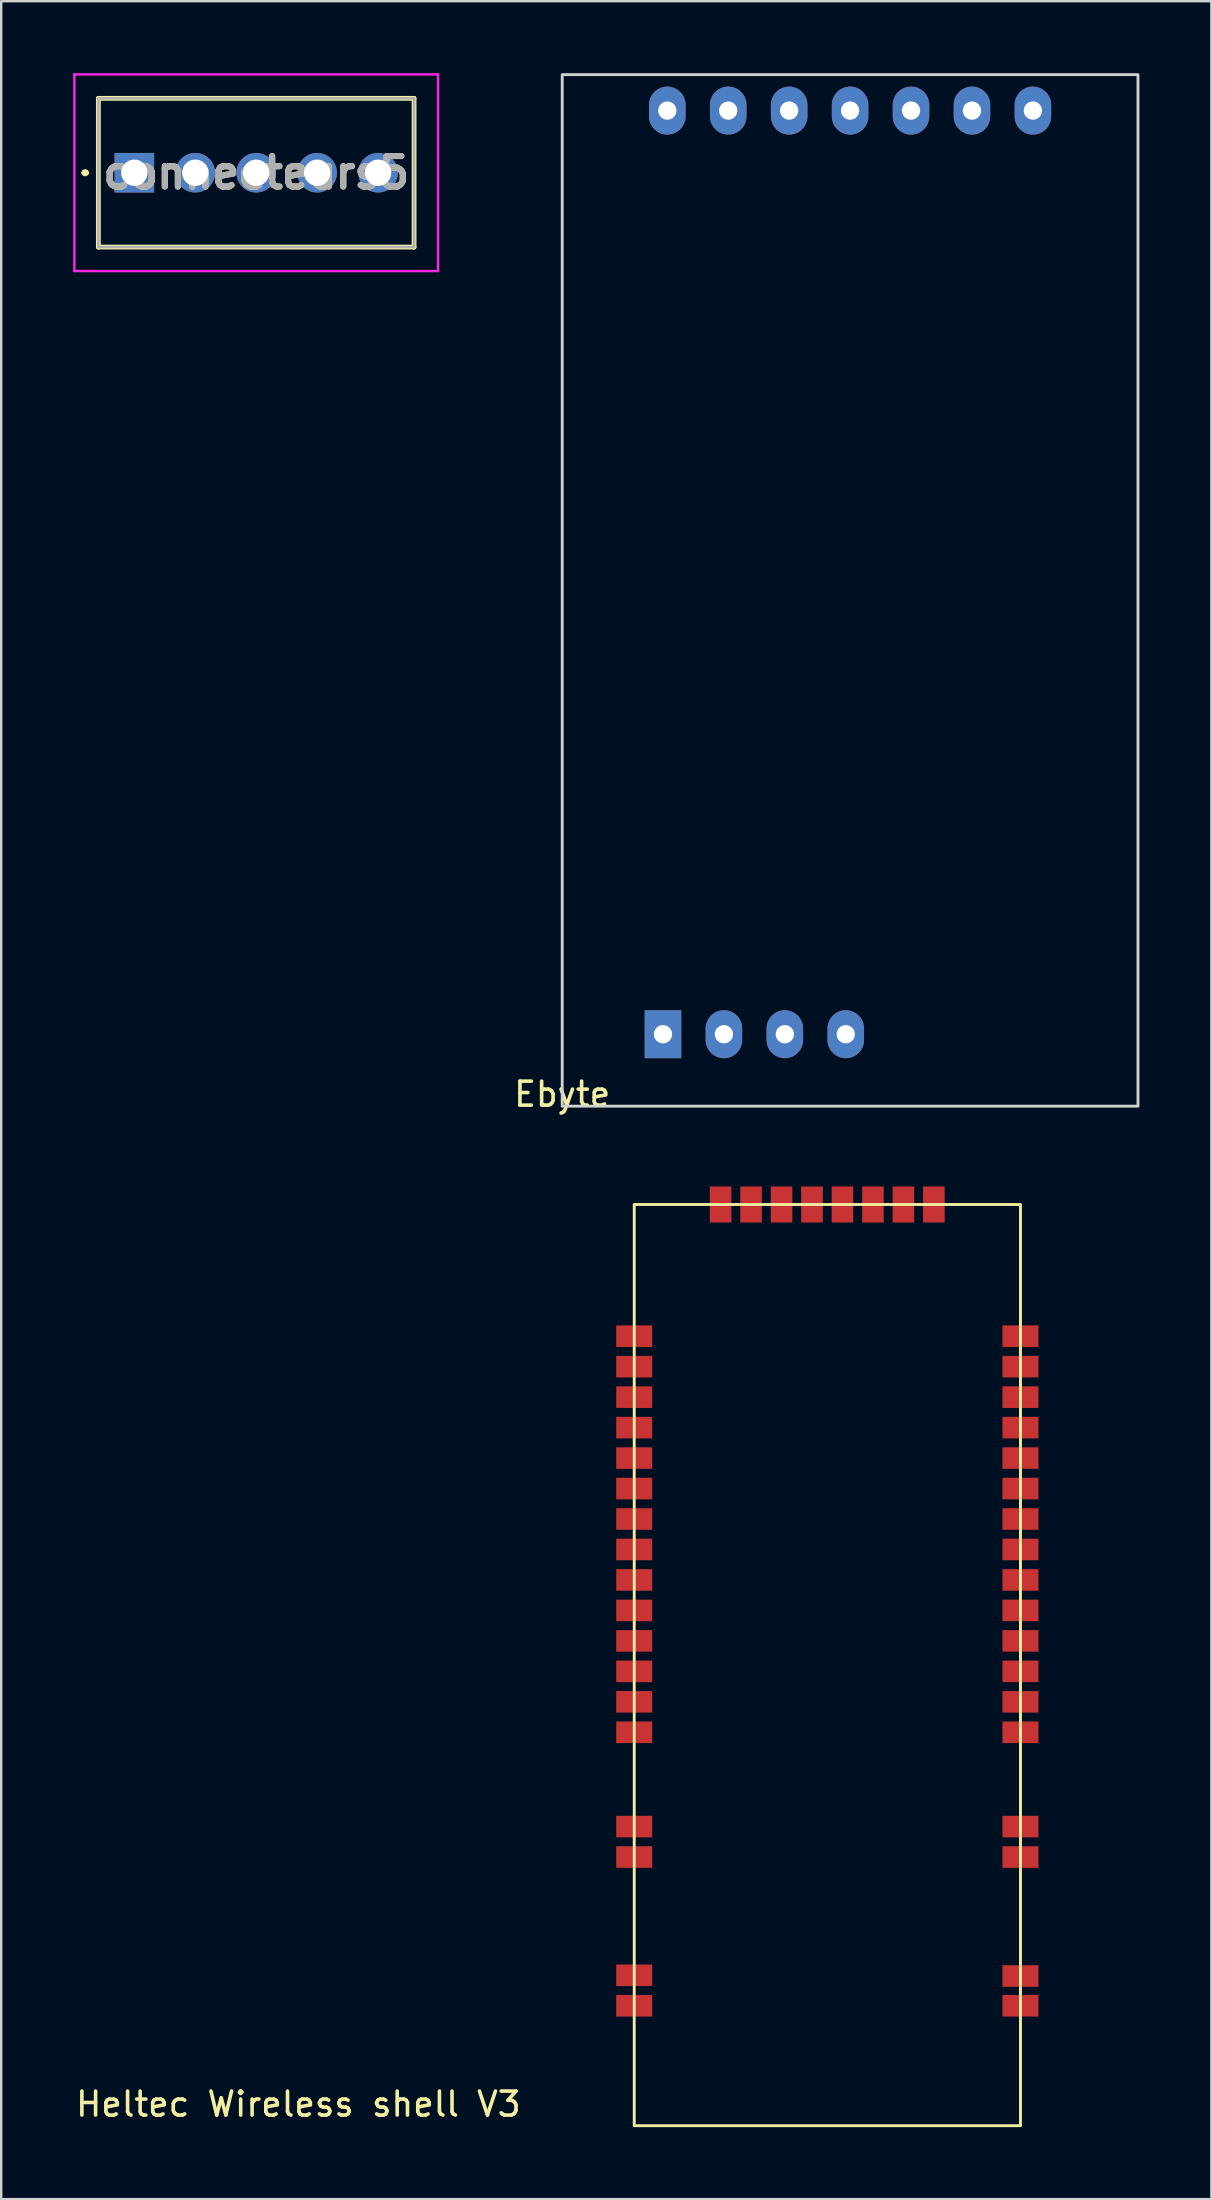
<source format=kicad_pcb>
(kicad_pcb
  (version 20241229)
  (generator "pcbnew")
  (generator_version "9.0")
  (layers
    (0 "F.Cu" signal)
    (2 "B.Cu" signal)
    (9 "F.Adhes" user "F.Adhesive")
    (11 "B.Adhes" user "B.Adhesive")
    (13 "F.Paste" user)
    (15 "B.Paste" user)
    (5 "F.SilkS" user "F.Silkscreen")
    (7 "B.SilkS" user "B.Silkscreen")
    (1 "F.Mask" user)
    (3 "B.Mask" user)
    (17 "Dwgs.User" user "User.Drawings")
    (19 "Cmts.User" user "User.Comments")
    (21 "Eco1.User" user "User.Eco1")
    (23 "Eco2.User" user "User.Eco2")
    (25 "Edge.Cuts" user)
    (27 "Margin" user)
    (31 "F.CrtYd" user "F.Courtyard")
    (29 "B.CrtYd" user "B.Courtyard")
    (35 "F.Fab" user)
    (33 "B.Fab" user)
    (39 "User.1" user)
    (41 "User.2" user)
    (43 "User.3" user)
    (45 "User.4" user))
  (footprint "connecteurs5"
    (layer "F.Cu")
    (at 2.55 4.15)
    (property "Reference" "connecteurs5" (at 5.08 0 0) (layer "F.SilkS") (effects (font (size 1.27 1.27) (thickness 0.254))))
    (attr through_hole)
    (fp_line (start -2.1 0) (end -2.1 0) (stroke (width 0.2) (type solid)) (layer "F.SilkS"))
    (fp_line (start -2.1 0) (end -2 0) (stroke (width 0.2) (type solid)) (layer "F.SilkS"))
    (fp_line (start -2 0) (end -2 0) (stroke (width 0.2) (type solid)) (layer "F.SilkS"))
    (fp_line (start -1.5 -3.1) (end 11.66 -3.1) (stroke (width 0.2) (type solid)) (layer "F.SilkS"))
    (fp_line (start -1.5 3.1) (end -1.5 -3.1) (stroke (width 0.2) (type solid)) (layer "F.SilkS"))
    (fp_line (start 11.66 -3.1) (end 11.66 3.1) (stroke (width 0.2) (type solid)) (layer "F.SilkS"))
    (fp_line (start 11.66 3.1) (end -1.5 3.1) (stroke (width 0.2) (type solid)) (layer "F.SilkS"))
    (fp_arc (start -2.1 0) (mid -2.05 -0.05) (end -2 0) (stroke (width 0.2) (type solid)) (layer "F.SilkS"))
    (fp_arc (start -2 0) (mid -2.05 0.05) (end -2.1 0) (stroke (width 0.2) (type solid)) (layer "F.SilkS"))
    (fp_line (start -2.5 -4.1) (end 12.66 -4.1) (stroke (width 0.1) (type solid)) (layer "F.CrtYd"))
    (fp_line (start -2.5 4.1) (end -2.5 -4.1) (stroke (width 0.1) (type solid)) (layer "F.CrtYd"))
    (fp_line (start 12.66 -4.1) (end 12.66 4.1) (stroke (width 0.1) (type solid)) (layer "F.CrtYd"))
    (fp_line (start 12.66 4.1) (end -2.5 4.1) (stroke (width 0.1) (type solid)) (layer "F.CrtYd"))
    (fp_line (start -1.5 -3.1) (end 11.66 -3.1) (stroke (width 0.1) (type solid)) (layer "F.Fab"))
    (fp_line (start -1.5 3.1) (end -1.5 -3.1) (stroke (width 0.1) (type solid)) (layer "F.Fab"))
    (fp_line (start 11.66 -3.1) (end 11.66 3.1) (stroke (width 0.1) (type solid)) (layer "F.Fab"))
    (fp_line (start 11.66 3.1) (end -1.5 3.1) (stroke (width 0.1) (type solid)) (layer "F.Fab"))
    (fp_text user "${REFERENCE}" (at 5.08 0 0) (layer "F.Fab") (effects (font (size 1.27 1.27) (thickness 0.254))))
    (pad "1" thru_hole rect (at 0 0) (size 1.65 1.65) (drill 1.1) (layers "*.Cu" "*.Mask"))
    (pad "2" thru_hole circle (at 2.54 0) (size 1.65 1.65) (drill 1.1) (layers "*.Cu" "*.Mask"))
    (pad "3" thru_hole circle (at 5.08 0) (size 1.65 1.65) (drill 1.1) (layers "*.Cu" "*.Mask"))
    (pad "4" thru_hole circle (at 7.62 0) (size 1.65 1.65) (drill 1.1) (layers "*.Cu" "*.Mask"))
    (pad "5" thru_hole circle (at 10.16 0) (size 1.65 1.65) (drill 1.1) (layers "*.Cu" "*.Mask")))
  (footprint "Heltec Wireless shell V3"
    (layer "F.Cu")
    (at 39.487 53.918)
    (property "Reference" "Heltec Wireless shell V3" (at -30.1 30.74 0) (unlocked yes) (layer "F.SilkS") (effects (font (size 1 1) (thickness 0.15))))
    (attr smd)
    (fp_rect (start -16.1 31.64) (end 0 -6.76) (stroke (width 0.12) (type solid)) (fill no) (layer "F.SilkS"))
    (pad "1" connect rect (at 0 26.64) (size 1.5 0.9) (layers "F.Cu" "F.Mask"))
    (pad "2" connect rect (at 0 25.4) (size 1.5 0.9) (layers "F.Cu" "F.Mask"))
    (pad "3" connect rect (at 0 20.44) (size 1.5 0.9) (layers "F.Cu" "F.Mask"))
    (pad "4" connect rect (at 0 19.17) (size 1.5 0.9) (layers "F.Cu" "F.Mask"))
    (pad "5" connect rect (at 0 15.24) (size 1.5 0.9) (layers "F.Cu" "F.Mask"))
    (pad "6" connect rect (at 0 13.97) (size 1.5 0.9) (layers "F.Cu" "F.Mask"))
    (pad "7" connect rect (at 0 12.7) (size 1.5 0.9) (layers "F.Cu" "F.Mask"))
    (pad "8" connect rect (at 0 11.43) (size 1.5 0.9) (layers "F.Cu" "F.Mask"))
    (pad "9" connect rect (at 0 10.16) (size 1.5 0.9) (layers "F.Cu" "F.Mask"))
    (pad "10" connect rect (at 0 8.89) (size 1.5 0.9) (layers "F.Cu" "F.Mask"))
    (pad "11" connect rect (at 0 7.62) (size 1.5 0.9) (layers "F.Cu" "F.Mask"))
    (pad "12" connect rect (at 0 6.35) (size 1.5 0.9) (layers "F.Cu" "F.Mask"))
    (pad "13" connect rect (at 0 5.08) (size 1.5 0.9) (layers "F.Cu" "F.Mask"))
    (pad "14" connect rect (at 0 3.81) (size 1.5 0.9) (layers "F.Cu" "F.Mask"))
    (pad "15" connect rect (at 0 2.54) (size 1.5 0.9) (layers "F.Cu" "F.Mask"))
    (pad "16" connect rect (at 0 1.27) (size 1.5 0.9) (layers "F.Cu" "F.Mask"))
    (pad "17" connect rect (at 0 0) (size 1.5 0.9) (layers "F.Cu" "F.Mask"))
    (pad "18" connect rect (at 0 -1.27) (size 1.5 0.9) (layers "F.Cu" "F.Mask"))
    (pad "19" connect rect (at -3.61 -6.76 270) (size 1.5 0.9) (layers "F.Cu" "F.Mask"))
    (pad "20" connect rect (at -4.88 -6.76 270) (size 1.5 0.9) (layers "F.Cu" "F.Mask"))
    (pad "21" connect rect (at -6.15 -6.76 270) (size 1.5 0.9) (layers "F.Cu" "F.Mask"))
    (pad "22" connect rect (at -7.42 -6.76 270) (size 1.5 0.9) (layers "F.Cu" "F.Mask"))
    (pad "23" connect rect (at -8.69 -6.76 270) (size 1.5 0.9) (layers "F.Cu" "F.Mask"))
    (pad "24" connect rect (at -9.96 -6.76 270) (size 1.5 0.9) (layers "F.Cu" "F.Mask"))
    (pad "25" connect rect (at -11.23 -6.76 270) (size 1.5 0.9) (layers "F.Cu" "F.Mask"))
    (pad "26" connect rect (at -12.5 -6.76 270) (size 1.5 0.9) (layers "F.Cu" "F.Mask"))
    (pad "27" connect rect (at -16.1 -1.27) (size 1.5 0.9) (layers "F.Cu" "F.Mask"))
    (pad "28" connect rect (at -16.1 0) (size 1.5 0.9) (layers "F.Cu" "F.Mask"))
    (pad "29" connect rect (at -16.1 1.27) (size 1.5 0.9) (layers "F.Cu" "F.Mask"))
    (pad "30" connect rect (at -16.1 2.54) (size 1.5 0.9) (layers "F.Cu" "F.Mask"))
    (pad "31" connect rect (at -16.1 3.81) (size 1.5 0.9) (layers "F.Cu" "F.Mask"))
    (pad "32" connect rect (at -16.1 5.08) (size 1.5 0.9) (layers "F.Cu" "F.Mask"))
    (pad "33" connect rect (at -16.1 6.35) (size 1.5 0.9) (layers "F.Cu" "F.Mask"))
    (pad "34" connect rect (at -16.1 7.62) (size 1.5 0.9) (layers "F.Cu" "F.Mask"))
    (pad "35" connect rect (at -16.1 8.89) (size 1.5 0.9) (layers "F.Cu" "F.Mask"))
    (pad "36" connect rect (at -16.1 10.16) (size 1.5 0.9) (layers "F.Cu" "F.Mask"))
    (pad "37" connect rect (at -16.1 11.43) (size 1.5 0.9) (layers "F.Cu" "F.Mask"))
    (pad "38" connect rect (at -16.1 12.7) (size 1.5 0.9) (layers "F.Cu" "F.Mask"))
    (pad "39" connect rect (at -16.1 13.97) (size 1.5 0.9) (layers "F.Cu" "F.Mask"))
    (pad "40" connect rect (at -16.1 15.24) (size 1.5 0.9) (layers "F.Cu" "F.Mask"))
    (pad "41" connect rect (at -16.1 19.17) (size 1.5 0.9) (layers "F.Cu" "F.Mask"))
    (pad "42" connect rect (at -16.1 20.44) (size 1.5 0.9) (layers "F.Cu" "F.Mask"))
    (pad "43" connect rect (at -16.1 25.37) (size 1.5 0.9) (layers "F.Cu" "F.Mask"))
    (pad "44" connect rect (at -16.1 26.64) (size 1.5 0.9) (layers "F.Cu" "F.Mask")))
  (footprint "Ebyte"
    (layer "F.Cu")
    (at 20.385 43.06)
    (property "Reference" "Ebyte" (at 0 -0.5 0) (unlocked yes) (layer "F.SilkS") (effects (font (size 1 1) (thickness 0.15))))
    (attr through_hole)
    (fp_rect (start 0 0) (end 24 -43) (stroke (width 0.12) (type solid)) (fill no) (layer "Edge.Cuts"))
    (pad "1" thru_hole oval (at 4.38 -41.5) (size 1.524 2) (drill 0.762) (layers "*.Cu" "*.Mask"))
    (pad "2" thru_hole oval (at 6.92 -41.5) (size 1.524 2) (drill 0.762) (layers "*.Cu" "*.Mask"))
    (pad "3" thru_hole oval (at 9.46 -41.5) (size 1.524 2) (drill 0.762) (layers "*.Cu" "*.Mask"))
    (pad "4" thru_hole oval (at 12 -41.5) (size 1.524 2) (drill 0.762) (layers "*.Cu" "*.Mask"))
    (pad "5" thru_hole oval (at 14.54 -41.5) (size 1.524 2) (drill 0.762) (layers "*.Cu" "*.Mask"))
    (pad "6" thru_hole oval (at 17.08 -41.5) (size 1.524 2) (drill 0.762) (layers "*.Cu" "*.Mask"))
    (pad "7" thru_hole oval (at 19.62 -41.5) (size 1.524 2) (drill 0.762) (layers "*.Cu" "*.Mask"))
    (pad "8" thru_hole rect (at 4.2 -3) (size 1.524 2) (drill 0.762) (layers "*.Cu" "*.Mask"))
    (pad "9" thru_hole oval (at 6.74 -3) (size 1.524 2) (drill 0.762) (layers "*.Cu" "*.Mask"))
    (pad "10" thru_hole oval (at 9.28 -3) (size 1.524 2) (drill 0.762) (layers "*.Cu" "*.Mask"))
    (pad "11" thru_hole oval (at 11.82 -3) (size 1.524 2) (drill 0.762) (layers "*.Cu" "*.Mask")))
  (gr_rect
    (start -3 -3)
    (end 47.445 88.618)
    (stroke (width 0.1) (type default))
    (fill no)
    (layer "Edge.Cuts")))
</source>
